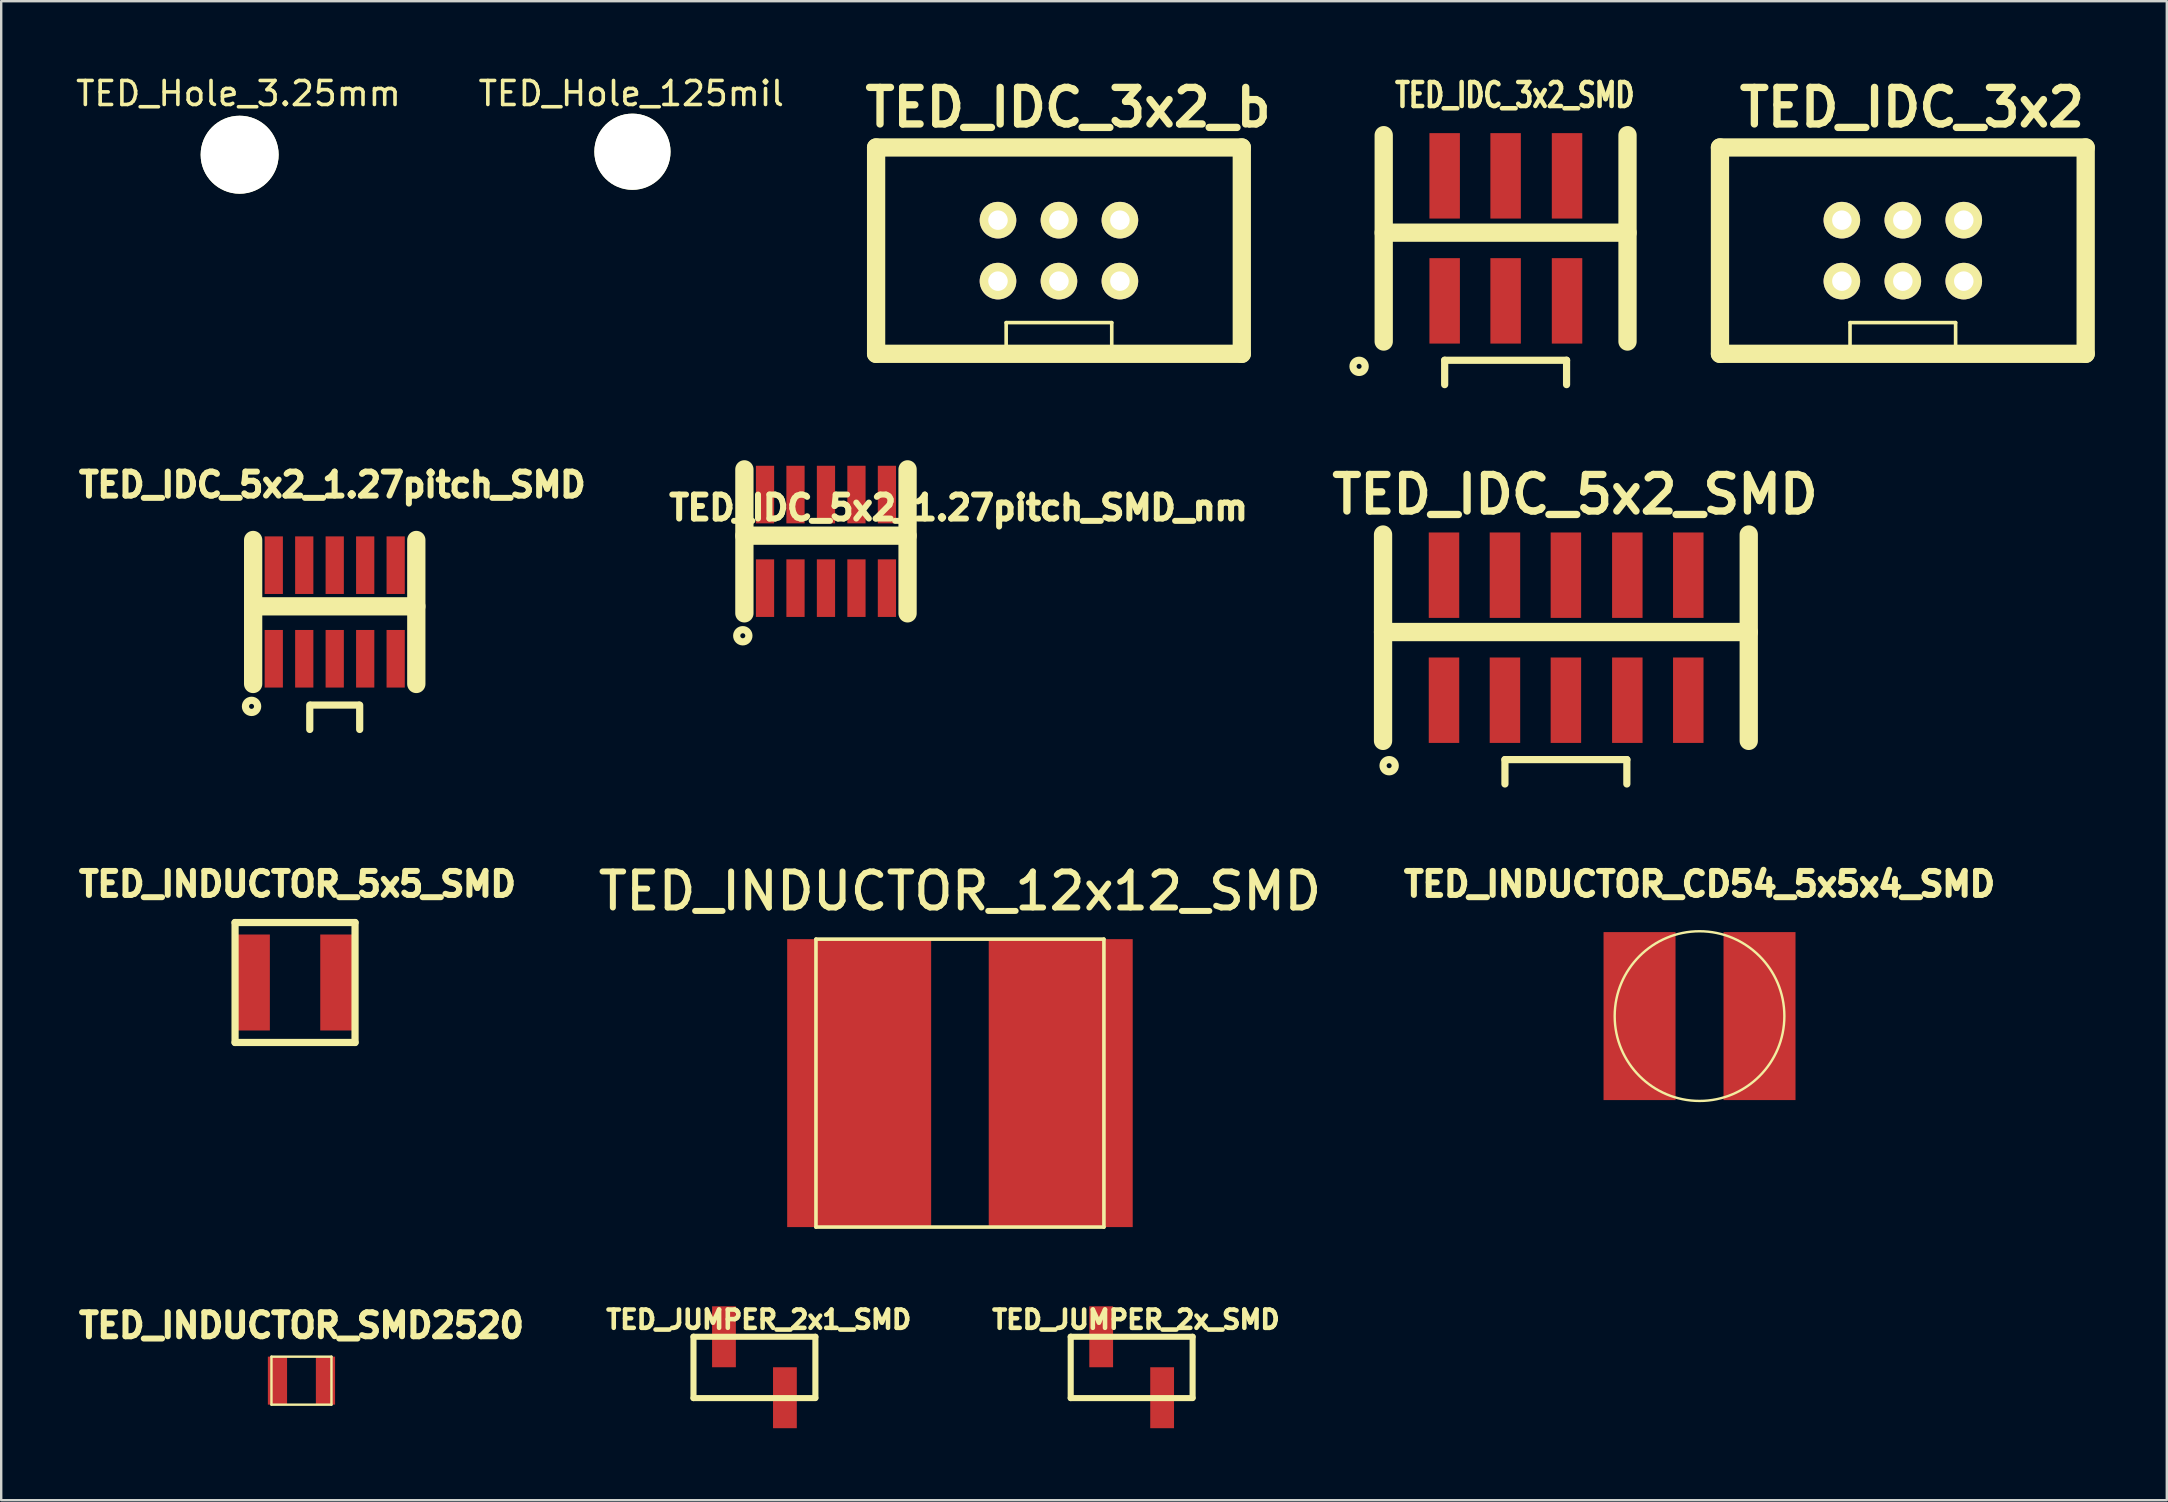
<source format=kicad_pcb>
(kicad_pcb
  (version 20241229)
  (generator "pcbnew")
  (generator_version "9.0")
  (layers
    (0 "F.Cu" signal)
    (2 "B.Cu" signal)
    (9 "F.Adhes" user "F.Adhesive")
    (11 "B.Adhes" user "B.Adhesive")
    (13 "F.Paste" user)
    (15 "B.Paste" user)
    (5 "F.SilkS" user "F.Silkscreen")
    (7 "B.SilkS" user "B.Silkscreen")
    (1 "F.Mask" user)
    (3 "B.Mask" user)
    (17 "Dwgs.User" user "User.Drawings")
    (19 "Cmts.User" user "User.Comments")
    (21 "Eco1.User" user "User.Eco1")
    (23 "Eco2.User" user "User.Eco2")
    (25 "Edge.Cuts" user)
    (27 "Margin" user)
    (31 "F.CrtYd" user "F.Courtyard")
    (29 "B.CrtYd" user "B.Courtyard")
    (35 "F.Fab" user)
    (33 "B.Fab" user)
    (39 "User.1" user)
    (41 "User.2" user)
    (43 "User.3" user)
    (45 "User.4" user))
  (footprint "TED_IDC_5x2_1.27pitch_SMD_nm"
    (layer "F.Cu")
    (at 31.371 19.51)
    (property "Reference" "TED_IDC_5x2_1.27pitch_SMD_nm" (at 5.525 -1.4 0) (layer "F.SilkS") (effects (font (size 1 1) (thickness 0.25))))
    (attr through_hole)
    (fp_line (start -3.4 -0.236) (end 3.4 -0.236) (stroke (width 0.762) (type solid)) (layer "F.SilkS"))
    (fp_line (start -3.4 3) (end -3.4 -3) (stroke (width 0.762) (type solid)) (layer "F.SilkS"))
    (fp_line (start 3.4 -3) (end 3.4 3) (stroke (width 0.762) (type solid)) (layer "F.SilkS"))
    (fp_circle (center -3.466 3.934) (end -3.212 3.934) (stroke (width 0.3) (type solid)) (fill no) (layer "F.SilkS"))
    (pad "1" smd rect (at -2.54 1.95) (size 0.76 2.4) (layers "F.Cu" "F.Mask" "F.Paste"))
    (pad "2" smd rect (at -2.54 -1.95) (size 0.76 2.4) (layers "F.Cu" "F.Mask" "F.Paste"))
    (pad "3" smd rect (at -1.27 1.95) (size 0.76 2.4) (layers "F.Cu" "F.Mask" "F.Paste"))
    (pad "4" smd rect (at -1.27 -1.95) (size 0.76 2.4) (layers "F.Cu" "F.Mask" "F.Paste"))
    (pad "5" smd rect (at 0 1.95) (size 0.76 2.4) (layers "F.Cu" "F.Mask" "F.Paste"))
    (pad "6" smd rect (at 0 -1.95) (size 0.76 2.4) (layers "F.Cu" "F.Mask" "F.Paste"))
    (pad "7" smd rect (at 1.27 1.95) (size 0.76 2.4) (layers "F.Cu" "F.Mask" "F.Paste"))
    (pad "8" smd rect (at 1.27 -1.95) (size 0.76 2.4) (layers "F.Cu" "F.Mask" "F.Paste"))
    (pad "9" smd rect (at 2.54 1.95) (size 0.76 2.4) (layers "F.Cu" "F.Mask" "F.Paste"))
    (pad "10" smd rect (at 2.54 -1.95) (size 0.76 2.4) (layers "F.Cu" "F.Mask" "F.Paste")))
  (footprint "TED_IDC_3x2_SMD"
    (layer "F.Cu")
    (at 59.694 6.883)
    (property "Reference" "TED_IDC_3x2_SMD" (at 0.381 -5.969 0) (layer "F.SilkS") (effects (font (size 1 0.75) (thickness 0.188))))
    (attr through_hole)
    (fp_line (start -5.08 -0.236) (end 5.08 -0.236) (stroke (width 0.762) (type solid)) (layer "F.SilkS"))
    (fp_line (start -5.08 4.3) (end -5.08 -4.3) (stroke (width 0.762) (type solid)) (layer "F.SilkS"))
    (fp_line (start -2.54 5.08) (end 2.54 5.08) (stroke (width 0.3) (type solid)) (layer "F.SilkS"))
    (fp_line (start -2.54 6.096) (end -2.54 5.08) (stroke (width 0.3) (type solid)) (layer "F.SilkS"))
    (fp_line (start 2.54 5.08) (end 2.54 6.096) (stroke (width 0.3) (type solid)) (layer "F.SilkS"))
    (fp_line (start 5.08 -4.3) (end 5.08 4.3) (stroke (width 0.762) (type solid)) (layer "F.SilkS"))
    (fp_circle (center -6.106 5.334) (end -5.852 5.334) (stroke (width 0.3) (type solid)) (fill no) (layer "F.SilkS"))
    (pad "1" smd rect (at -2.54 2.605) (size 1.27 3.56) (layers "F.Cu" "F.Mask" "F.Paste"))
    (pad "2" smd rect (at -2.54 -2.605) (size 1.27 3.56) (layers "F.Cu" "F.Mask" "F.Paste"))
    (pad "3" smd rect (at 0 2.605) (size 1.27 3.56) (layers "F.Cu" "F.Mask" "F.Paste"))
    (pad "4" smd rect (at 0 -2.605) (size 1.27 3.56) (layers "F.Cu" "F.Mask" "F.Paste"))
    (pad "5" smd rect (at 2.56 2.605) (size 1.27 3.56) (layers "F.Cu" "F.Mask" "F.Paste"))
    (pad "6" smd rect (at 2.56 -2.605) (size 1.27 3.56) (layers "F.Cu" "F.Mask" "F.Paste")))
  (footprint "TED_JUMPER_2x_SMD"
    (layer "F.Cu")
    (at 44.11 53.928)
    (property "Reference" "TED_JUMPER_2x_SMD" (at 0.178 -1.986 0) (layer "F.SilkS") (effects (font (size 0.762 0.762) (thickness 0.191))))
    (attr through_hole)
    (fp_line (start -2.54 1.285) (end -2.54 -1.275) (stroke (width 0.254) (type solid)) (layer "F.SilkS"))
    (fp_line (start 2.54 -1.27) (end -2.54 -1.27) (stroke (width 0.254) (type solid)) (layer "F.SilkS"))
    (fp_line (start 2.54 -1.27) (end 2.54 1.27) (stroke (width 0.254) (type solid)) (layer "F.SilkS"))
    (fp_line (start 2.54 1.285) (end -2.54 1.285) (stroke (width 0.254) (type solid)) (layer "F.SilkS"))
    (pad "1" smd rect (at -1.27 -1.27) (size 0.991 2.54) (layers "F.Cu" "F.Mask" "F.Paste"))
    (pad "2" smd rect (at 1.27 1.27) (size 0.991 2.54) (layers "F.Cu" "F.Mask" "F.Paste")))
  (footprint "TED_INDUCTOR_SMD2520"
    (layer "F.Cu")
    (at 9.513 54.486)
    (property "Reference" "TED_INDUCTOR_SMD2520" (at 0 -2.3 0) (layer "F.SilkS") (effects (font (size 1 1) (thickness 0.25))))
    (attr through_hole)
    (fp_line (start -1.25 -1) (end 1.25 -1) (stroke (width 0.1) (type solid)) (layer "F.SilkS"))
    (fp_line (start -1.25 1) (end -1.25 -1) (stroke (width 0.1) (type solid)) (layer "F.SilkS"))
    (fp_line (start 1.25 -1) (end 1.25 1) (stroke (width 0.1) (type solid)) (layer "F.SilkS"))
    (fp_line (start 1.25 1) (end -1.25 1) (stroke (width 0.1) (type solid)) (layer "F.SilkS"))
    (pad "1" smd rect (at -1 0) (size 0.8 2) (layers "F.Cu" "F.Mask" "F.Paste"))
    (pad "2" smd rect (at 1 0) (size 0.8 2) (layers "F.Cu" "F.Mask" "F.Paste")))
  (footprint "TED_IDC_5x2_SMD"
    (layer "F.Cu")
    (at 62.206 23.525)
    (property "Reference" "TED_IDC_5x2_SMD" (at 0.381 -5.969 0) (layer "F.SilkS") (effects (font (size 1.524 1.524) (thickness 0.305))))
    (attr through_hole)
    (fp_line (start -7.62 -0.236) (end 7.62 -0.236) (stroke (width 0.762) (type solid)) (layer "F.SilkS"))
    (fp_line (start -7.62 4.3) (end -7.62 -4.3) (stroke (width 0.762) (type solid)) (layer "F.SilkS"))
    (fp_line (start -2.54 5.08) (end 2.54 5.08) (stroke (width 0.3) (type solid)) (layer "F.SilkS"))
    (fp_line (start -2.54 6.096) (end -2.54 5.08) (stroke (width 0.3) (type solid)) (layer "F.SilkS"))
    (fp_line (start 2.54 5.08) (end 2.54 6.096) (stroke (width 0.3) (type solid)) (layer "F.SilkS"))
    (fp_line (start 7.62 -4.3) (end 7.62 4.3) (stroke (width 0.762) (type solid)) (layer "F.SilkS"))
    (fp_circle (center -7.366 5.334) (end -7.112 5.334) (stroke (width 0.3) (type solid)) (fill no) (layer "F.SilkS"))
    (pad "1" smd rect (at -5.08 2.605) (size 1.27 3.56) (layers "F.Cu" "F.Mask" "F.Paste"))
    (pad "2" smd rect (at -5.08 -2.605) (size 1.27 3.56) (layers "F.Cu" "F.Mask" "F.Paste"))
    (pad "3" smd rect (at -2.54 2.605) (size 1.27 3.56) (layers "F.Cu" "F.Mask" "F.Paste"))
    (pad "4" smd rect (at -2.54 -2.605) (size 1.27 3.56) (layers "F.Cu" "F.Mask" "F.Paste"))
    (pad "5" smd rect (at 0 2.605) (size 1.27 3.56) (layers "F.Cu" "F.Mask" "F.Paste"))
    (pad "6" smd rect (at 0 -2.605) (size 1.27 3.56) (layers "F.Cu" "F.Mask" "F.Paste"))
    (pad "7" smd rect (at 2.56 2.605) (size 1.27 3.56) (layers "F.Cu" "F.Mask" "F.Paste"))
    (pad "8" smd rect (at 2.56 -2.605) (size 1.27 3.56) (layers "F.Cu" "F.Mask" "F.Paste"))
    (pad "9" smd rect (at 5.1 2.605) (size 1.27 3.56) (layers "F.Cu" "F.Mask" "F.Paste"))
    (pad "10" smd rect (at 5.1 -2.605) (size 1.27 3.56) (layers "F.Cu" "F.Mask" "F.Paste")))
  (footprint "TED_INDUCTOR_5x5_SMD"
    (layer "F.Cu")
    (at 9.246 37.894)
    (property "Reference" "TED_INDUCTOR_5x5_SMD" (at 0.1 -4.1 0) (layer "F.SilkS") (effects (font (size 1 1) (thickness 0.25))))
    (attr through_hole)
    (fp_line (start -2.5 -2.5) (end 2.5 -2.5) (stroke (width 0.3) (type solid)) (layer "F.SilkS"))
    (fp_line (start -2.5 2.5) (end -2.5 -2.5) (stroke (width 0.3) (type solid)) (layer "F.SilkS"))
    (fp_line (start 2.5 -2.5) (end 2.5 2.5) (stroke (width 0.3) (type solid)) (layer "F.SilkS"))
    (fp_line (start 2.5 2.5) (end -2.5 2.5) (stroke (width 0.3) (type solid)) (layer "F.SilkS"))
    (pad "1" smd rect (at -1.8 0) (size 1.5 4) (layers "F.Cu" "F.Mask" "F.Paste"))
    (pad "2" smd rect (at 1.8 0) (size 1.5 4) (layers "F.Cu" "F.Mask" "F.Paste")))
  (footprint "TED_INDUCTOR_CD54_5x5x4_SMD"
    (layer "F.Cu")
    (at 67.775 39.294)
    (property "Reference" "TED_INDUCTOR_CD54_5x5x4_SMD" (at 0 -5.5 0) (layer "F.SilkS") (effects (font (size 1 1) (thickness 0.25))))
    (attr through_hole)
    (fp_circle (center 0 0) (end 2.5 2.5) (stroke (width 0.1) (type solid)) (fill no) (layer "F.SilkS"))
    (pad "1" smd rect (at -2.5 0) (size 3 7) (layers "F.Cu" "F.Mask" "F.Paste"))
    (pad "2" smd rect (at 2.5 0) (size 3 7) (layers "F.Cu" "F.Mask" "F.Paste")))
  (footprint "TED_JUMPER_2x1_SMD"
    (layer "F.Cu")
    (at 28.39 53.928)
    (property "Reference" "TED_JUMPER_2x1_SMD" (at 0.178 -1.986 0) (layer "F.SilkS") (effects (font (size 0.762 0.762) (thickness 0.191))))
    (attr through_hole)
    (fp_line (start -2.54 1.285) (end -2.54 -1.275) (stroke (width 0.254) (type solid)) (layer "F.SilkS"))
    (fp_line (start 2.54 -1.27) (end -2.54 -1.27) (stroke (width 0.254) (type solid)) (layer "F.SilkS"))
    (fp_line (start 2.54 -1.27) (end 2.54 1.27) (stroke (width 0.254) (type solid)) (layer "F.SilkS"))
    (fp_line (start 2.54 1.285) (end -2.54 1.285) (stroke (width 0.254) (type solid)) (layer "F.SilkS"))
    (pad "1" smd rect (at -1.27 -1.27) (size 0.991 2.54) (layers "F.Cu" "F.Mask" "F.Paste"))
    (pad "2" smd rect (at 1.27 1.27) (size 0.991 2.54) (layers "F.Cu" "F.Mask" "F.Paste")))
  (footprint "TED_Hole_125mil"
    (layer "F.Cu")
    (at 23.306 3.273)
    (property "Reference" "TED_Hole_125mil" (at -0.05 -2.425 0) (layer "F.SilkS") (effects (font (size 1 1) (thickness 0.15))))
    (attr through_hole)
    (pad "" np_thru_hole circle (at 0 0) (size 3.175 3.175) (drill 3.175) (layers "*.Cu" "*.Mask" "F.SilkS")))
  (footprint "TED_IDC_3x2"
    (layer "F.Cu")
    (at 76.247 7.395)
    (property "Reference" "TED_IDC_3x2" (at 0.381 -5.969 0) (layer "F.SilkS") (effects (font (size 1.524 1.524) (thickness 0.305))))
    (attr through_hole)
    (fp_line (start -7.62 -4.3) (end 7.62 -4.3) (stroke (width 0.762) (type solid)) (layer "F.SilkS"))
    (fp_line (start -7.62 4.3) (end -7.62 -4.3) (stroke (width 0.762) (type solid)) (layer "F.SilkS"))
    (fp_line (start -2.2 3) (end 2.2 3) (stroke (width 0.15) (type solid)) (layer "F.SilkS"))
    (fp_line (start -2.2 4) (end -2.2 3) (stroke (width 0.15) (type solid)) (layer "F.SilkS"))
    (fp_line (start 2.2 3) (end 2.2 4) (stroke (width 0.15) (type solid)) (layer "F.SilkS"))
    (fp_line (start 7.62 -4.3) (end 7.62 4.3) (stroke (width 0.762) (type solid)) (layer "F.SilkS"))
    (fp_line (start 7.62 4.3) (end -7.62 4.3) (stroke (width 0.762) (type solid)) (layer "F.SilkS"))
    (pad "1" thru_hole circle (at -2.54 1.27) (size 1.524 1.524) (drill 0.813) (layers "*.Cu" "*.Mask" "F.SilkS"))
    (pad "2" thru_hole circle (at -2.54 -1.27) (size 1.524 1.524) (drill 0.813) (layers "*.Cu" "*.Mask" "F.SilkS"))
    (pad "3" thru_hole circle (at 0 1.27) (size 1.524 1.524) (drill 0.813) (layers "*.Cu" "*.Mask" "F.SilkS"))
    (pad "4" thru_hole circle (at 0 -1.27) (size 1.524 1.524) (drill 0.813) (layers "*.Cu" "*.Mask" "F.SilkS"))
    (pad "5" thru_hole circle (at 2.54 1.27) (size 1.524 1.524) (drill 0.813) (layers "*.Cu" "*.Mask" "F.SilkS"))
    (pad "6" thru_hole circle (at 2.54 -1.27) (size 1.524 1.524) (drill 0.813) (layers "*.Cu" "*.Mask" "F.SilkS")))
  (footprint "TED_INDUCTOR_12x12_SMD"
    (layer "F.Cu")
    (at 36.954 42.087)
    (property "Reference" "TED_INDUCTOR_12x12_SMD" (at 0 -8 0) (layer "F.SilkS") (effects (font (size 1.5 1.5) (thickness 0.25))))
    (attr through_hole)
    (fp_line (start -6 -6) (end 6 -6) (stroke (width 0.15) (type solid)) (layer "F.SilkS"))
    (fp_line (start -6 6) (end -6 -6) (stroke (width 0.15) (type solid)) (layer "F.SilkS"))
    (fp_line (start 6 -6) (end 6 6) (stroke (width 0.15) (type solid)) (layer "F.SilkS"))
    (fp_line (start 6 6) (end -6 6) (stroke (width 0.15) (type solid)) (layer "F.SilkS"))
    (pad "1" smd rect (at -4.2 0) (size 6 12) (layers "F.Cu" "F.Mask" "F.Paste"))
    (pad "2" smd rect (at 4.2 0) (size 6 12) (layers "F.Cu" "F.Mask" "F.Paste")))
  (footprint "TED_Hole_3.25mm"
    (layer "F.Cu")
    (at 6.937 3.398)
    (property "Reference" "TED_Hole_3.25mm" (at -0.05 -2.55 0) (layer "F.SilkS") (effects (font (size 1 1) (thickness 0.15))))
    (attr through_hole)
    (pad "" np_thru_hole circle (at 0 0) (size 3.25 3.25) (drill 3.25) (layers "*.Cu" "*.Mask" "F.SilkS")))
  (footprint "TED_IDC_3x2_b"
    (layer "F.Cu")
    (at 41.08 7.395)
    (property "Reference" "TED_IDC_3x2_b" (at 0.381 -5.969 0) (layer "F.SilkS") (effects (font (size 1.524 1.524) (thickness 0.305))))
    (attr through_hole)
    (fp_line (start -7.62 -4.3) (end 7.62 -4.3) (stroke (width 0.762) (type solid)) (layer "F.SilkS"))
    (fp_line (start -7.62 4.3) (end -7.62 -4.3) (stroke (width 0.762) (type solid)) (layer "F.SilkS"))
    (fp_line (start -2.2 3) (end 2.2 3) (stroke (width 0.15) (type solid)) (layer "F.SilkS"))
    (fp_line (start -2.2 4) (end -2.2 3) (stroke (width 0.15) (type solid)) (layer "F.SilkS"))
    (fp_line (start 2.2 3) (end 2.2 4) (stroke (width 0.15) (type solid)) (layer "F.SilkS"))
    (fp_line (start 7.62 -4.3) (end 7.62 4.3) (stroke (width 0.762) (type solid)) (layer "F.SilkS"))
    (fp_line (start 7.62 4.3) (end -7.62 4.3) (stroke (width 0.762) (type solid)) (layer "F.SilkS"))
    (pad "1" thru_hole circle (at -2.54 1.27) (size 1.524 1.524) (drill 0.813) (layers "*.Mask" "B.Cu" "F.SilkS"))
    (pad "2" thru_hole circle (at -2.54 -1.27) (size 1.524 1.524) (drill 0.813) (layers "*.Mask" "B.Cu" "F.SilkS"))
    (pad "3" thru_hole circle (at 0 1.27) (size 1.524 1.524) (drill 0.813) (layers "*.Mask" "B.Cu" "F.SilkS"))
    (pad "4" thru_hole circle (at 0 -1.27) (size 1.524 1.524) (drill 0.813) (layers "*.Mask" "B.Cu" "F.SilkS"))
    (pad "5" thru_hole circle (at 2.54 1.27) (size 1.524 1.524) (drill 0.813) (layers "*.Mask" "B.Cu" "F.SilkS"))
    (pad "6" thru_hole circle (at 2.54 -1.27) (size 1.524 1.524) (drill 0.813) (layers "*.Mask" "B.Cu" "F.SilkS")))
  (footprint "TED_IDC_5x2_1.27pitch_SMD"
    (layer "F.Cu")
    (at 10.899 22.453)
    (property "Reference" "TED_IDC_5x2_1.27pitch_SMD" (at -0.1 -5.3 0) (layer "F.SilkS") (effects (font (size 1 1) (thickness 0.25))))
    (attr through_hole)
    (fp_line (start -3.4 -0.236) (end 3.4 -0.236) (stroke (width 0.762) (type solid)) (layer "F.SilkS"))
    (fp_line (start -3.4 3) (end -3.4 -3) (stroke (width 0.762) (type solid)) (layer "F.SilkS"))
    (fp_line (start -1.04 4.896) (end -1.04 3.88) (stroke (width 0.3) (type solid)) (layer "F.SilkS"))
    (fp_line (start -1 3.88) (end 1 3.88) (stroke (width 0.3) (type solid)) (layer "F.SilkS"))
    (fp_line (start 1.04 3.88) (end 1.04 4.896) (stroke (width 0.3) (type solid)) (layer "F.SilkS"))
    (fp_line (start 3.4 -3) (end 3.4 3) (stroke (width 0.762) (type solid)) (layer "F.SilkS"))
    (fp_circle (center -3.466 3.934) (end -3.212 3.934) (stroke (width 0.3) (type solid)) (fill no) (layer "F.SilkS"))
    (pad "1" smd rect (at -2.54 1.95) (size 0.76 2.4) (layers "F.Cu" "F.Mask" "F.Paste"))
    (pad "2" smd rect (at -2.54 -1.95) (size 0.76 2.4) (layers "F.Cu" "F.Mask" "F.Paste"))
    (pad "3" smd rect (at -1.27 1.95) (size 0.76 2.4) (layers "F.Cu" "F.Mask" "F.Paste"))
    (pad "4" smd rect (at -1.27 -1.95) (size 0.76 2.4) (layers "F.Cu" "F.Mask" "F.Paste"))
    (pad "5" smd rect (at 0 1.95) (size 0.76 2.4) (layers "F.Cu" "F.Mask" "F.Paste"))
    (pad "6" smd rect (at 0 -1.95) (size 0.76 2.4) (layers "F.Cu" "F.Mask" "F.Paste"))
    (pad "7" smd rect (at 1.27 1.95) (size 0.76 2.4) (layers "F.Cu" "F.Mask" "F.Paste"))
    (pad "8" smd rect (at 1.27 -1.95) (size 0.76 2.4) (layers "F.Cu" "F.Mask" "F.Paste"))
    (pad "9" smd rect (at 2.54 1.95) (size 0.76 2.4) (layers "F.Cu" "F.Mask" "F.Paste"))
    (pad "10" smd rect (at 2.54 -1.95) (size 0.76 2.4) (layers "F.Cu" "F.Mask" "F.Paste")))
  (gr_rect
    (start -3 -3)
    (end 87.248 59.468)
    (stroke (width 0.1) (type default))
    (fill no)
    (layer "Edge.Cuts")))
</source>
